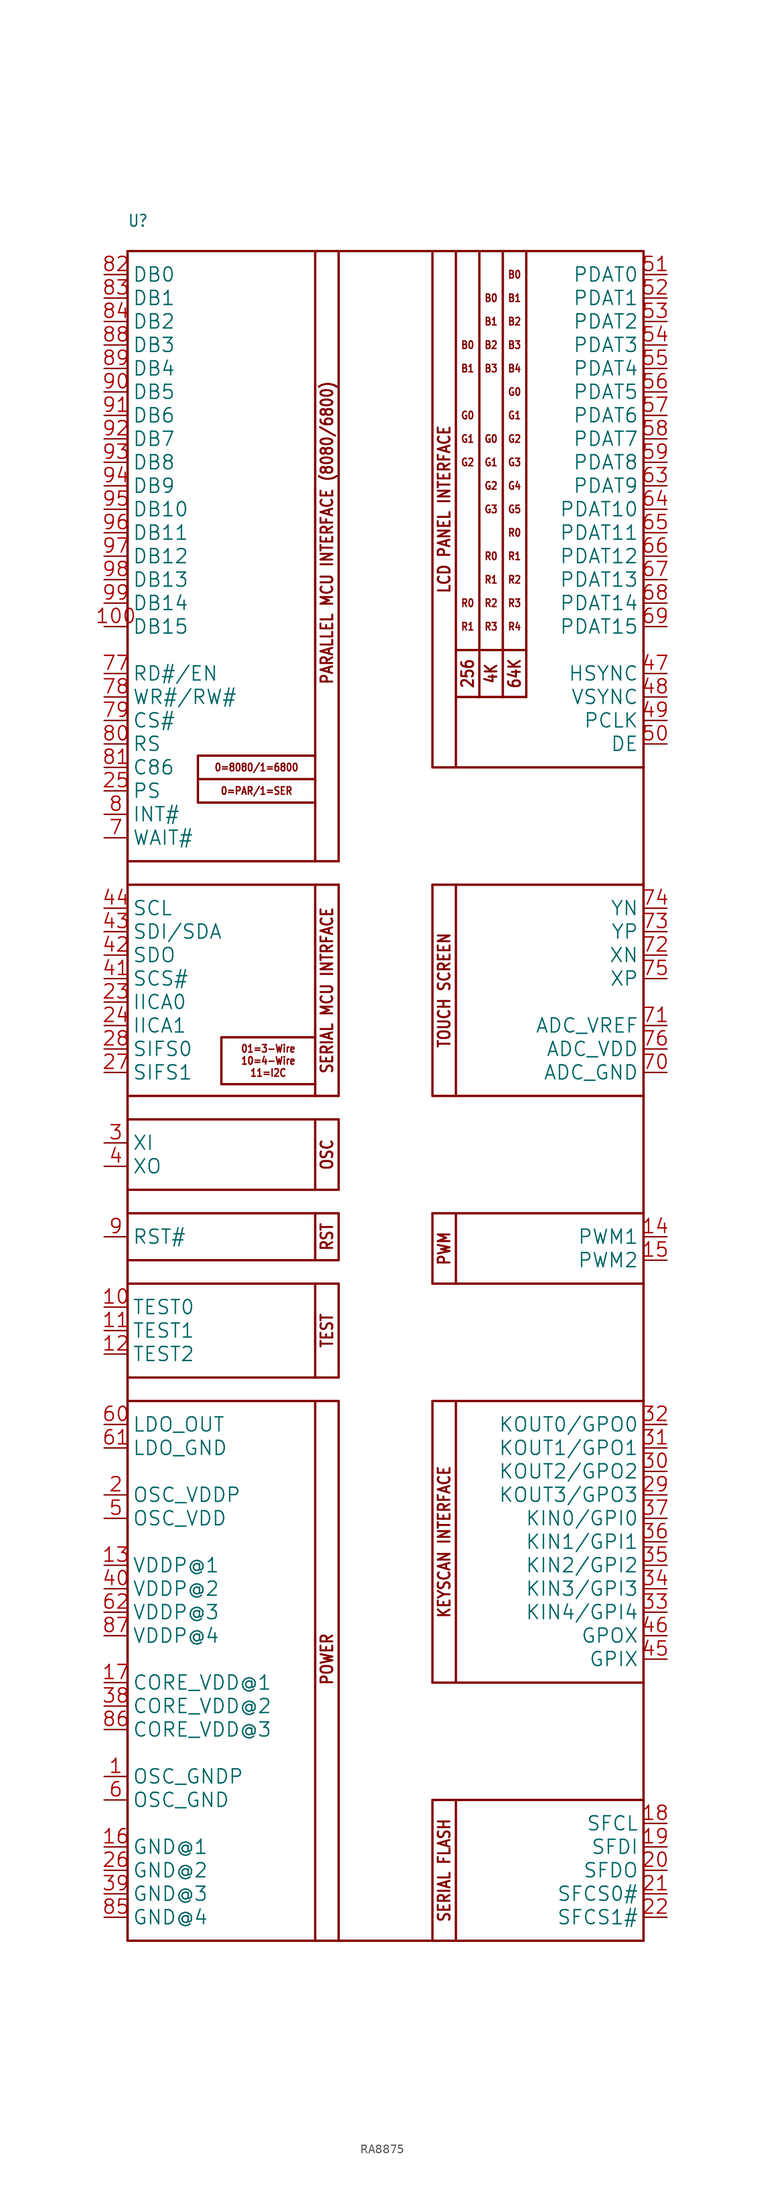
<source format=kicad_sym>
(kicad_symbol_lib
  (version 20241209)
  (generator "kicad_symbol_editor")
  (generator_version "9.0")
  (symbol "RA8875"
    (property "Reference" "U"
      (at -27.94 91.44 0)
      (effects (font (size 1.27 1.079)) (justify left bottom)))
    (property "Value" ""
      (at -27.94 -96.52 0)
      (effects (font (size 1.27 1.079)) (justify left bottom)))
    (property "ki_locked" ""
      (at 0 0 0)
      (effects (font (size 1.27 1.27))))
    (symbol "RA8875_1_0"
      (polyline (pts (xy -27.94 88.9) (xy -7.62 88.9)) (stroke (width 0.254) (type solid)) (fill (type none)))
      (polyline (pts (xy -27.94 22.86) (xy -27.94 88.9)) (stroke (width 0.254) (type solid)) (fill (type none)))
      (polyline (pts (xy -27.94 20.32) (xy -27.94 22.86)) (stroke (width 0.254) (type solid)) (fill (type none)))
      (polyline (pts (xy -27.94 20.32) (xy -7.62 20.32)) (stroke (width 0.254) (type solid)) (fill (type none)))
      (polyline (pts (xy -27.94 -2.54) (xy -27.94 20.32)) (stroke (width 0.254) (type solid)) (fill (type none)))
      (polyline (pts (xy -27.94 -5.08) (xy -27.94 -2.54)) (stroke (width 0.254) (type solid)) (fill (type none)))
      (polyline (pts (xy -27.94 -5.08) (xy -7.62 -5.08)) (stroke (width 0.254) (type solid)) (fill (type none)))
      (polyline (pts (xy -27.94 -12.7) (xy -27.94 -5.08)) (stroke (width 0.254) (type solid)) (fill (type none)))
      (polyline (pts (xy -27.94 -15.24) (xy -27.94 -12.7)) (stroke (width 0.254) (type solid)) (fill (type none)))
      (polyline (pts (xy -27.94 -15.24) (xy -7.62 -15.24)) (stroke (width 0.254) (type solid)) (fill (type none)))
      (polyline (pts (xy -27.94 -20.32) (xy -27.94 -15.24)) (stroke (width 0.254) (type solid)) (fill (type none)))
      (polyline (pts (xy -27.94 -22.86) (xy -27.94 -20.32)) (stroke (width 0.254) (type solid)) (fill (type none)))
      (polyline (pts (xy -27.94 -22.86) (xy -7.62 -22.86)) (stroke (width 0.254) (type solid)) (fill (type none)))
      (polyline (pts (xy -27.94 -33.02) (xy -27.94 -22.86)) (stroke (width 0.254) (type solid)) (fill (type none)))
      (polyline (pts (xy -27.94 -35.56) (xy -27.94 -33.02)) (stroke (width 0.254) (type solid)) (fill (type none)))
      (polyline (pts (xy -27.94 -35.56) (xy -7.62 -35.56)) (stroke (width 0.254) (type solid)) (fill (type none)))
      (polyline (pts (xy -27.94 -93.98) (xy -27.94 -35.56)) (stroke (width 0.254) (type solid)) (fill (type none)))
      (polyline (pts (xy -20.32 34.29) (xy -20.32 31.75)) (stroke (width 0.254) (type solid)) (fill (type none)))
      (polyline (pts (xy -20.32 31.75) (xy -7.62 31.75)) (stroke (width 0.254) (type solid)) (fill (type none)))
      (polyline (pts (xy -20.32 29.21) (xy -20.32 31.75)) (stroke (width 0.254) (type solid)) (fill (type none)))
      (polyline (pts (xy -17.78 3.81) (xy -17.78 -1.27)) (stroke (width 0.254) (type solid)) (fill (type none)))
      (polyline (pts (xy -17.78 -1.27) (xy -7.62 -1.27)) (stroke (width 0.254) (type solid)) (fill (type none)))
      (polyline (pts (xy -7.62 88.9) (xy -7.62 34.29)) (stroke (width 0.254) (type solid)) (fill (type none)))
      (polyline (pts (xy -7.62 88.9) (xy -5.08 88.9)) (stroke (width 0.254) (type solid)) (fill (type none)))
      (polyline (pts (xy -7.62 34.29) (xy -20.32 34.29)) (stroke (width 0.254) (type solid)) (fill (type none)))
      (polyline (pts (xy -7.62 34.29) (xy -7.62 31.75)) (stroke (width 0.254) (type solid)) (fill (type none)))
      (polyline (pts (xy -7.62 31.75) (xy -7.62 29.21)) (stroke (width 0.254) (type solid)) (fill (type none)))
      (polyline (pts (xy -7.62 29.21) (xy -20.32 29.21)) (stroke (width 0.254) (type solid)) (fill (type none)))
      (polyline (pts (xy -7.62 29.21) (xy -7.62 22.86)) (stroke (width 0.254) (type solid)) (fill (type none)))
      (polyline (pts (xy -7.62 22.86) (xy -27.94 22.86)) (stroke (width 0.254) (type solid)) (fill (type none)))
      (polyline (pts (xy -7.62 20.32) (xy -7.62 3.81)) (stroke (width 0.254) (type solid)) (fill (type none)))
      (polyline (pts (xy -7.62 20.32) (xy -5.08 20.32)) (stroke (width 0.254) (type solid)) (fill (type none)))
      (polyline (pts (xy -7.62 3.81) (xy -17.78 3.81)) (stroke (width 0.254) (type solid)) (fill (type none)))
      (polyline (pts (xy -7.62 3.81) (xy -7.62 -1.27)) (stroke (width 0.254) (type solid)) (fill (type none)))
      (polyline (pts (xy -7.62 -1.27) (xy -7.62 -2.54)) (stroke (width 0.254) (type solid)) (fill (type none)))
      (polyline (pts (xy -7.62 -2.54) (xy -27.94 -2.54)) (stroke (width 0.254) (type solid)) (fill (type none)))
      (polyline (pts (xy -7.62 -5.08) (xy -7.62 -12.7)) (stroke (width 0.254) (type solid)) (fill (type none)))
      (polyline (pts (xy -7.62 -5.08) (xy -5.08 -5.08)) (stroke (width 0.254) (type solid)) (fill (type none)))
      (polyline (pts (xy -7.62 -12.7) (xy -27.94 -12.7)) (stroke (width 0.254) (type solid)) (fill (type none)))
      (polyline (pts (xy -7.62 -15.24) (xy -7.62 -20.32)) (stroke (width 0.254) (type solid)) (fill (type none)))
      (polyline (pts (xy -7.62 -15.24) (xy -5.08 -15.24)) (stroke (width 0.254) (type solid)) (fill (type none)))
      (polyline (pts (xy -7.62 -20.32) (xy -27.94 -20.32)) (stroke (width 0.254) (type solid)) (fill (type none)))
      (polyline (pts (xy -7.62 -22.86) (xy -7.62 -33.02)) (stroke (width 0.254) (type solid)) (fill (type none)))
      (polyline (pts (xy -7.62 -22.86) (xy -5.08 -22.86)) (stroke (width 0.254) (type solid)) (fill (type none)))
      (polyline (pts (xy -7.62 -33.02) (xy -27.94 -33.02)) (stroke (width 0.254) (type solid)) (fill (type none)))
      (polyline (pts (xy -7.62 -35.56) (xy -7.62 -93.98)) (stroke (width 0.254) (type solid)) (fill (type none)))
      (polyline (pts (xy -7.62 -35.56) (xy -5.08 -35.56)) (stroke (width 0.254) (type solid)) (fill (type none)))
      (polyline (pts (xy -7.62 -93.98) (xy -27.94 -93.98)) (stroke (width 0.254) (type solid)) (fill (type none)))
      (polyline (pts (xy -5.08 88.9) (xy -5.08 22.86)) (stroke (width 0.254) (type solid)) (fill (type none)))
      (polyline (pts (xy -5.08 88.9) (xy 5.08 88.9)) (stroke (width 0.254) (type solid)) (fill (type none)))
      (polyline (pts (xy -5.08 22.86) (xy -7.62 22.86)) (stroke (width 0.254) (type solid)) (fill (type none)))
      (polyline (pts (xy -5.08 20.32) (xy -5.08 -2.54)) (stroke (width 0.254) (type solid)) (fill (type none)))
      (polyline (pts (xy -5.08 -2.54) (xy -7.62 -2.54)) (stroke (width 0.254) (type solid)) (fill (type none)))
      (polyline (pts (xy -5.08 -5.08) (xy -5.08 -12.7)) (stroke (width 0.254) (type solid)) (fill (type none)))
      (polyline (pts (xy -5.08 -12.7) (xy -7.62 -12.7)) (stroke (width 0.254) (type solid)) (fill (type none)))
      (polyline (pts (xy -5.08 -15.24) (xy -5.08 -20.32)) (stroke (width 0.254) (type solid)) (fill (type none)))
      (polyline (pts (xy -5.08 -20.32) (xy -7.62 -20.32)) (stroke (width 0.254) (type solid)) (fill (type none)))
      (polyline (pts (xy -5.08 -22.86) (xy -5.08 -30.48)) (stroke (width 0.254) (type solid)) (fill (type none)))
      (polyline (pts (xy -5.08 -30.48) (xy -5.08 -33.02)) (stroke (width 0.254) (type solid)) (fill (type none)))
      (polyline (pts (xy -5.08 -33.02) (xy -7.62 -33.02)) (stroke (width 0.254) (type solid)) (fill (type none)))
      (polyline (pts (xy -5.08 -35.56) (xy -5.08 -93.98)) (stroke (width 0.254) (type solid)) (fill (type none)))
      (polyline (pts (xy -5.08 -93.98) (xy -7.62 -93.98)) (stroke (width 0.254) (type solid)) (fill (type none)))
      (polyline (pts (xy -5.08 -93.98) (xy 5.08 -93.98)) (stroke (width 0.254) (type solid)) (fill (type none)))
      (polyline (pts (xy 5.08 88.9) (xy 5.08 33.02)) (stroke (width 0.254) (type solid)) (fill (type none)))
      (polyline (pts (xy 5.08 33.02) (xy 7.62 33.02)) (stroke (width 0.254) (type solid)) (fill (type none)))
      (polyline (pts (xy 5.08 20.32) (xy 5.08 -2.54)) (stroke (width 0.254) (type solid)) (fill (type none)))
      (polyline (pts (xy 5.08 -2.54) (xy 7.62 -2.54)) (stroke (width 0.254) (type solid)) (fill (type none)))
      (polyline (pts (xy 5.08 -15.24) (xy 7.62 -15.24)) (stroke (width 0.254) (type solid)) (fill (type none)))
      (polyline (pts (xy 5.08 -22.86) (xy 5.08 -15.24)) (stroke (width 0.254) (type solid)) (fill (type none)))
      (polyline (pts (xy 5.08 -35.56) (xy 7.62 -35.56)) (stroke (width 0.254) (type solid)) (fill (type none)))
      (polyline (pts (xy 5.08 -66.04) (xy 5.08 -35.56)) (stroke (width 0.254) (type solid)) (fill (type none)))
      (polyline (pts (xy 5.08 -78.74) (xy 7.62 -78.74)) (stroke (width 0.254) (type solid)) (fill (type none)))
      (polyline (pts (xy 5.08 -93.98) (xy 5.08 -78.74)) (stroke (width 0.254) (type solid)) (fill (type none)))
      (polyline (pts (xy 7.62 88.9) (xy 5.08 88.9)) (stroke (width 0.254) (type solid)) (fill (type none)))
      (polyline (pts (xy 7.62 88.9) (xy 7.62 45.72)) (stroke (width 0.254) (type solid)) (fill (type none)))
      (polyline (pts (xy 7.62 45.72) (xy 10.16 45.72)) (stroke (width 0.254) (type solid)) (fill (type none)))
      (polyline (pts (xy 7.62 40.64) (xy 7.62 45.72)) (stroke (width 0.254) (type solid)) (fill (type none)))
      (polyline (pts (xy 7.62 40.64) (xy 10.16 40.64)) (stroke (width 0.254) (type solid)) (fill (type none)))
      (polyline (pts (xy 7.62 33.02) (xy 7.62 40.64)) (stroke (width 0.254) (type solid)) (fill (type none)))
      (polyline (pts (xy 7.62 20.32) (xy 5.08 20.32)) (stroke (width 0.254) (type solid)) (fill (type none)))
      (polyline (pts (xy 7.62 20.32) (xy 7.62 -2.54)) (stroke (width 0.254) (type solid)) (fill (type none)))
      (polyline (pts (xy 7.62 -2.54) (xy 27.94 -2.54)) (stroke (width 0.254) (type solid)) (fill (type none)))
      (polyline (pts (xy 7.62 -15.24) (xy 7.62 -22.86)) (stroke (width 0.254) (type solid)) (fill (type none)))
      (polyline (pts (xy 7.62 -15.24) (xy 27.94 -15.24)) (stroke (width 0.254) (type solid)) (fill (type none)))
      (polyline (pts (xy 7.62 -22.86) (xy 5.08 -22.86)) (stroke (width 0.254) (type solid)) (fill (type none)))
      (polyline (pts (xy 7.62 -35.56) (xy 7.62 -66.04)) (stroke (width 0.254) (type solid)) (fill (type none)))
      (polyline (pts (xy 7.62 -35.56) (xy 27.94 -35.56)) (stroke (width 0.254) (type solid)) (fill (type none)))
      (polyline (pts (xy 7.62 -66.04) (xy 5.08 -66.04)) (stroke (width 0.254) (type solid)) (fill (type none)))
      (polyline (pts (xy 7.62 -78.74) (xy 27.94 -78.74)) (stroke (width 0.254) (type solid)) (fill (type none)))
      (polyline (pts (xy 7.62 -93.98) (xy 5.08 -93.98)) (stroke (width 0.254) (type solid)) (fill (type none)))
      (polyline (pts (xy 7.62 -93.98) (xy 7.62 -78.74)) (stroke (width 0.254) (type solid)) (fill (type none)))
      (polyline (pts (xy 10.16 88.9) (xy 7.62 88.9)) (stroke (width 0.254) (type solid)) (fill (type none)))
      (polyline (pts (xy 10.16 88.9) (xy 12.7 88.9)) (stroke (width 0.254) (type solid)) (fill (type none)))
      (polyline (pts (xy 10.16 45.72) (xy 10.16 88.9)) (stroke (width 0.254) (type solid)) (fill (type none)))
      (polyline (pts (xy 10.16 45.72) (xy 10.16 40.64)) (stroke (width 0.254) (type solid)) (fill (type none)))
      (polyline (pts (xy 10.16 40.64) (xy 12.7 40.64)) (stroke (width 0.254) (type solid)) (fill (type none)))
      (polyline (pts (xy 12.7 88.9) (xy 12.7 45.72)) (stroke (width 0.254) (type solid)) (fill (type none)))
      (polyline (pts (xy 12.7 45.72) (xy 10.16 45.72)) (stroke (width 0.254) (type solid)) (fill (type none)))
      (polyline (pts (xy 12.7 45.72) (xy 12.7 40.64)) (stroke (width 0.254) (type solid)) (fill (type none)))
      (polyline (pts (xy 12.7 45.72) (xy 15.24 45.72)) (stroke (width 0.254) (type solid)) (fill (type none)))
      (polyline (pts (xy 12.7 40.64) (xy 15.24 40.64)) (stroke (width 0.254) (type solid)) (fill (type none)))
      (polyline (pts (xy 15.24 88.9) (xy 12.7 88.9)) (stroke (width 0.254) (type solid)) (fill (type none)))
      (polyline (pts (xy 15.24 88.9) (xy 27.94 88.9)) (stroke (width 0.254) (type solid)) (fill (type none)))
      (polyline (pts (xy 15.24 45.72) (xy 15.24 88.9)) (stroke (width 0.254) (type solid)) (fill (type none)))
      (polyline (pts (xy 15.24 40.64) (xy 15.24 45.72)) (stroke (width 0.254) (type solid)) (fill (type none)))
      (polyline (pts (xy 27.94 88.9) (xy 27.94 45.72)) (stroke (width 0.254) (type solid)) (fill (type none)))
      (polyline (pts (xy 27.94 45.72) (xy 27.94 33.02)) (stroke (width 0.254) (type solid)) (fill (type none)))
      (polyline (pts (xy 27.94 33.02) (xy 7.62 33.02)) (stroke (width 0.254) (type solid)) (fill (type none)))
      (polyline (pts (xy 27.94 33.02) (xy 27.94 20.32)) (stroke (width 0.254) (type solid)) (fill (type none)))
      (polyline (pts (xy 27.94 20.32) (xy 7.62 20.32)) (stroke (width 0.254) (type solid)) (fill (type none)))
      (polyline (pts (xy 27.94 -2.54) (xy 27.94 20.32)) (stroke (width 0.254) (type solid)) (fill (type none)))
      (polyline (pts (xy 27.94 -2.54) (xy 27.94 -15.24)) (stroke (width 0.254) (type solid)) (fill (type none)))
      (polyline (pts (xy 27.94 -15.24) (xy 27.94 -22.86)) (stroke (width 0.254) (type solid)) (fill (type none)))
      (polyline (pts (xy 27.94 -22.86) (xy 7.62 -22.86)) (stroke (width 0.254) (type solid)) (fill (type none)))
      (polyline (pts (xy 27.94 -22.86) (xy 27.94 -35.56)) (stroke (width 0.254) (type solid)) (fill (type none)))
      (polyline (pts (xy 27.94 -35.56) (xy 27.94 -66.04)) (stroke (width 0.254) (type solid)) (fill (type none)))
      (polyline (pts (xy 27.94 -66.04) (xy 7.62 -66.04)) (stroke (width 0.254) (type solid)) (fill (type none)))
      (polyline (pts (xy 27.94 -66.04) (xy 27.94 -78.74)) (stroke (width 0.254) (type solid)) (fill (type none)))
      (polyline (pts (xy 27.94 -78.74) (xy 27.94 -93.98)) (stroke (width 0.254) (type solid)) (fill (type none)))
      (polyline (pts (xy 27.94 -93.98) (xy 7.62 -93.98)) (stroke (width 0.254) (type solid)) (fill (type none)))
      (text "0=8080/1=6800" (at -13.97 33.02 0) (effects (font (size 0.813 0.691))))
      (text "0=PAR/1=SER" (at -13.97 30.48 0) (effects (font (size 0.813 0.691))))
      (text "01=3-Wire\n10=4-Wire\n11=I2C" (at -12.7 1.27 0) (effects (font (size 0.813 0.691))))
      (text "PARALLEL MCU INTERFACE (8080/6800)" (at -6.35 58.42 900) (effects (font (size 1.27 1.079) (thickness 0.216) (bold yes))))
      (text "SERIAL MCU INTRFACE" (at -6.35 8.89 900) (effects (font (size 1.27 1.079) (thickness 0.216) (bold yes))))
      (text "OSC" (at -6.35 -8.89 900) (effects (font (size 1.27 1.079) (thickness 0.216) (bold yes))))
      (text "RST" (at -6.35 -17.78 900) (effects (font (size 1.27 1.079) (thickness 0.216) (bold yes))))
      (text "TEST" (at -6.35 -27.94 900) (effects (font (size 1.27 1.079) (thickness 0.216) (bold yes))))
      (text "POWER" (at -6.35 -63.5 900) (effects (font (size 1.27 1.079) (thickness 0.216) (bold yes))))
      (text "LCD PANEL INTERFACE" (at 6.35 60.96 900) (effects (font (size 1.27 1.079) (thickness 0.216) (bold yes))))
      (text "TOUCH SCREEN" (at 6.35 8.89 900) (effects (font (size 1.27 1.079) (thickness 0.216) (bold yes))))
      (text "PWM" (at 6.35 -19.05 900) (effects (font (size 1.27 1.079) (thickness 0.216) (bold yes))))
      (text "KEYSCAN INTERFACE" (at 6.35 -50.8 900) (effects (font (size 1.27 1.079) (thickness 0.216) (bold yes))))
      (text "SERIAL FLASH" (at 6.35 -86.36 900) (effects (font (size 1.27 1.079) (thickness 0.216) (bold yes))))
      (text "B0" (at 8.89 78.74 0) (effects (font (size 0.813 0.691))))
      (text "B1" (at 8.89 76.2 0) (effects (font (size 0.813 0.691))))
      (text "G0" (at 8.89 71.12 0) (effects (font (size 0.813 0.691))))
      (text "G1" (at 8.89 68.58 0) (effects (font (size 0.813 0.691))))
      (text "G2" (at 8.89 66.04 0) (effects (font (size 0.813 0.691))))
      (text "R0" (at 8.89 50.8 0) (effects (font (size 0.813 0.691))))
      (text "R1" (at 8.89 48.26 0) (effects (font (size 0.813 0.691))))
      (text "256" (at 8.89 43.18 900) (effects (font (size 1.27 1.079) (thickness 0.216) (bold yes))))
      (text "B0" (at 11.43 83.82 0) (effects (font (size 0.813 0.691))))
      (text "B1" (at 11.43 81.28 0) (effects (font (size 0.813 0.691))))
      (text "B2" (at 11.43 78.74 0) (effects (font (size 0.813 0.691))))
      (text "B3" (at 11.43 76.2 0) (effects (font (size 0.813 0.691))))
      (text "G0" (at 11.43 68.58 0) (effects (font (size 0.813 0.691))))
      (text "G1" (at 11.43 66.04 0) (effects (font (size 0.813 0.691))))
      (text "G2" (at 11.43 63.5 0) (effects (font (size 0.813 0.691))))
      (text "G3" (at 11.43 60.96 0) (effects (font (size 0.813 0.691))))
      (text "R0" (at 11.43 55.88 0) (effects (font (size 0.813 0.691))))
      (text "R1" (at 11.43 53.34 0) (effects (font (size 0.813 0.691))))
      (text "R2" (at 11.43 50.8 0) (effects (font (size 0.813 0.691))))
      (text "R3" (at 11.43 48.26 0) (effects (font (size 0.813 0.691))))
      (text "4K" (at 11.43 43.18 900) (effects (font (size 1.27 1.079) (thickness 0.216) (bold yes))))
      (text "B0" (at 13.97 86.36 0) (effects (font (size 0.813 0.691))))
      (text "B1" (at 13.97 83.82 0) (effects (font (size 0.813 0.691))))
      (text "B2" (at 13.97 81.28 0) (effects (font (size 0.813 0.691))))
      (text "B3" (at 13.97 78.74 0) (effects (font (size 0.813 0.691))))
      (text "B4" (at 13.97 76.2 0) (effects (font (size 0.813 0.691))))
      (text "G0" (at 13.97 73.66 0) (effects (font (size 0.813 0.691))))
      (text "G1" (at 13.97 71.12 0) (effects (font (size 0.813 0.691))))
      (text "G2" (at 13.97 68.58 0) (effects (font (size 0.813 0.691))))
      (text "G3" (at 13.97 66.04 0) (effects (font (size 0.813 0.691))))
      (text "G4" (at 13.97 63.5 0) (effects (font (size 0.813 0.691))))
      (text "G5" (at 13.97 60.96 0) (effects (font (size 0.813 0.691))))
      (text "R0" (at 13.97 58.42 0) (effects (font (size 0.813 0.691))))
      (text "R1" (at 13.97 55.88 0) (effects (font (size 0.813 0.691))))
      (text "R2" (at 13.97 53.34 0) (effects (font (size 0.813 0.691))))
      (text "R3" (at 13.97 50.8 0) (effects (font (size 0.813 0.691))))
      (text "R4" (at 13.97 48.26 0) (effects (font (size 0.813 0.691))))
      (text "64K" (at 13.97 43.18 900) (effects (font (size 1.27 1.079) (thickness 0.216) (bold yes))))
      (pin bidirectional line (at -30.48 86.36 0) (length 2.54) (name "DB0" (effects (font (size 1.524 1.524)))) (number "82" (effects (font (size 1.524 1.524)))))
      (pin bidirectional line (at -30.48 83.82 0) (length 2.54) (name "DB1" (effects (font (size 1.524 1.524)))) (number "83" (effects (font (size 1.524 1.524)))))
      (pin bidirectional line (at -30.48 81.28 0) (length 2.54) (name "DB2" (effects (font (size 1.524 1.524)))) (number "84" (effects (font (size 1.524 1.524)))))
      (pin bidirectional line (at -30.48 78.74 0) (length 2.54) (name "DB3" (effects (font (size 1.524 1.524)))) (number "88" (effects (font (size 1.524 1.524)))))
      (pin bidirectional line (at -30.48 76.2 0) (length 2.54) (name "DB4" (effects (font (size 1.524 1.524)))) (number "89" (effects (font (size 1.524 1.524)))))
      (pin bidirectional line (at -30.48 73.66 0) (length 2.54) (name "DB5" (effects (font (size 1.524 1.524)))) (number "90" (effects (font (size 1.524 1.524)))))
      (pin bidirectional line (at -30.48 71.12 0) (length 2.54) (name "DB6" (effects (font (size 1.524 1.524)))) (number "91" (effects (font (size 1.524 1.524)))))
      (pin bidirectional line (at -30.48 68.58 0) (length 2.54) (name "DB7" (effects (font (size 1.524 1.524)))) (number "92" (effects (font (size 1.524 1.524)))))
      (pin bidirectional line (at -30.48 66.04 0) (length 2.54) (name "DB8" (effects (font (size 1.524 1.524)))) (number "93" (effects (font (size 1.524 1.524)))))
      (pin bidirectional line (at -30.48 63.5 0) (length 2.54) (name "DB9" (effects (font (size 1.524 1.524)))) (number "94" (effects (font (size 1.524 1.524)))))
      (pin bidirectional line (at -30.48 60.96 0) (length 2.54) (name "DB10" (effects (font (size 1.524 1.524)))) (number "95" (effects (font (size 1.524 1.524)))))
      (pin bidirectional line (at -30.48 58.42 0) (length 2.54) (name "DB11" (effects (font (size 1.524 1.524)))) (number "96" (effects (font (size 1.524 1.524)))))
      (pin bidirectional line (at -30.48 55.88 0) (length 2.54) (name "DB12" (effects (font (size 1.524 1.524)))) (number "97" (effects (font (size 1.524 1.524)))))
      (pin bidirectional line (at -30.48 53.34 0) (length 2.54) (name "DB13" (effects (font (size 1.524 1.524)))) (number "98" (effects (font (size 1.524 1.524)))))
      (pin bidirectional line (at -30.48 50.8 0) (length 2.54) (name "DB14" (effects (font (size 1.524 1.524)))) (number "99" (effects (font (size 1.524 1.524)))))
      (pin bidirectional line (at -30.48 48.26 0) (length 2.54) (name "DB15" (effects (font (size 1.524 1.524)))) (number "100" (effects (font (size 1.524 1.524)))))
      (pin input line (at -30.48 43.18 0) (length 2.54) (name "RD#/EN" (effects (font (size 1.524 1.524)))) (number "77" (effects (font (size 1.524 1.524)))))
      (pin input line (at -30.48 40.64 0) (length 2.54) (name "WR#/RW#" (effects (font (size 1.524 1.524)))) (number "78" (effects (font (size 1.524 1.524)))))
      (pin input line (at -30.48 38.1 0) (length 2.54) (name "CS#" (effects (font (size 1.524 1.524)))) (number "79" (effects (font (size 1.524 1.524)))))
      (pin input line (at -30.48 35.56 0) (length 2.54) (name "RS" (effects (font (size 1.524 1.524)))) (number "80" (effects (font (size 1.524 1.524)))))
      (pin input line (at -30.48 33.02 0) (length 2.54) (name "C86" (effects (font (size 1.524 1.524)))) (number "81" (effects (font (size 1.524 1.524)))))
      (pin input line (at -30.48 30.48 0) (length 2.54) (name "PS" (effects (font (size 1.524 1.524)))) (number "25" (effects (font (size 1.524 1.524)))))
      (pin output line (at -30.48 27.94 0) (length 2.54) (name "INT#" (effects (font (size 1.524 1.524)))) (number "8" (effects (font (size 1.524 1.524)))))
      (pin output line (at -30.48 25.4 0) (length 2.54) (name "WAIT#" (effects (font (size 1.524 1.524)))) (number "7" (effects (font (size 1.524 1.524)))))
      (pin output line (at -30.48 17.78 0) (length 2.54) (name "SCL" (effects (font (size 1.524 1.524)))) (number "44" (effects (font (size 1.524 1.524)))))
      (pin bidirectional line (at -30.48 15.24 0) (length 2.54) (name "SDI/SDA" (effects (font (size 1.524 1.524)))) (number "43" (effects (font (size 1.524 1.524)))))
      (pin output line (at -30.48 12.7 0) (length 2.54) (name "SDO" (effects (font (size 1.524 1.524)))) (number "42" (effects (font (size 1.524 1.524)))))
      (pin output line (at -30.48 10.16 0) (length 2.54) (name "SCS#" (effects (font (size 1.524 1.524)))) (number "41" (effects (font (size 1.524 1.524)))))
      (pin input line (at -30.48 7.62 0) (length 2.54) (name "IICA0" (effects (font (size 1.524 1.524)))) (number "23" (effects (font (size 1.524 1.524)))))
      (pin input line (at -30.48 5.08 0) (length 2.54) (name "IICA1" (effects (font (size 1.524 1.524)))) (number "24" (effects (font (size 1.524 1.524)))))
      (pin input line (at -30.48 2.54 0) (length 2.54) (name "SIFS0" (effects (font (size 1.524 1.524)))) (number "28" (effects (font (size 1.524 1.524)))))
      (pin input line (at -30.48 0 0) (length 2.54) (name "SIFS1" (effects (font (size 1.524 1.524)))) (number "27" (effects (font (size 1.524 1.524)))))
      (pin input line (at -30.48 -7.62 0) (length 2.54) (name "XI" (effects (font (size 1.524 1.524)))) (number "3" (effects (font (size 1.524 1.524)))))
      (pin output line (at -30.48 -10.16 0) (length 2.54) (name "XO" (effects (font (size 1.524 1.524)))) (number "4" (effects (font (size 1.524 1.524)))))
      (pin input line (at -30.48 -17.78 0) (length 2.54) (name "RST#" (effects (font (size 1.524 1.524)))) (number "9" (effects (font (size 1.524 1.524)))))
      (pin input line (at -30.48 -25.4 0) (length 2.54) (name "TEST0" (effects (font (size 1.524 1.524)))) (number "10" (effects (font (size 1.524 1.524)))))
      (pin input line (at -30.48 -27.94 0) (length 2.54) (name "TEST1" (effects (font (size 1.524 1.524)))) (number "11" (effects (font (size 1.524 1.524)))))
      (pin input line (at -30.48 -30.48 0) (length 2.54) (name "TEST2" (effects (font (size 1.524 1.524)))) (number "12" (effects (font (size 1.524 1.524)))))
      (pin power_in line (at -30.48 -38.1 0) (length 2.54) (name "LDO_OUT" (effects (font (size 1.524 1.524)))) (number "60" (effects (font (size 1.524 1.524)))))
      (pin power_in line (at -30.48 -40.64 0) (length 2.54) (name "LDO_GND" (effects (font (size 1.524 1.524)))) (number "61" (effects (font (size 1.524 1.524)))))
      (pin power_in line (at -30.48 -45.72 0) (length 2.54) (name "OSC_VDDP" (effects (font (size 1.524 1.524)))) (number "2" (effects (font (size 1.524 1.524)))))
      (pin power_in line (at -30.48 -48.26 0) (length 2.54) (name "OSC_VDD" (effects (font (size 1.524 1.524)))) (number "5" (effects (font (size 1.524 1.524)))))
      (pin power_in line (at -30.48 -53.34 0) (length 2.54) (name "VDDP@1" (effects (font (size 1.524 1.524)))) (number "13" (effects (font (size 1.524 1.524)))))
      (pin power_in line (at -30.48 -55.88 0) (length 2.54) (name "VDDP@2" (effects (font (size 1.524 1.524)))) (number "40" (effects (font (size 1.524 1.524)))))
      (pin power_in line (at -30.48 -58.42 0) (length 2.54) (name "VDDP@3" (effects (font (size 1.524 1.524)))) (number "62" (effects (font (size 1.524 1.524)))))
      (pin power_in line (at -30.48 -60.96 0) (length 2.54) (name "VDDP@4" (effects (font (size 1.524 1.524)))) (number "87" (effects (font (size 1.524 1.524)))))
      (pin power_in line (at -30.48 -66.04 0) (length 2.54) (name "CORE_VDD@1" (effects (font (size 1.524 1.524)))) (number "17" (effects (font (size 1.524 1.524)))))
      (pin power_in line (at -30.48 -68.58 0) (length 2.54) (name "CORE_VDD@2" (effects (font (size 1.524 1.524)))) (number "38" (effects (font (size 1.524 1.524)))))
      (pin power_in line (at -30.48 -71.12 0) (length 2.54) (name "CORE_VDD@3" (effects (font (size 1.524 1.524)))) (number "86" (effects (font (size 1.524 1.524)))))
      (pin power_in line (at -30.48 -76.2 0) (length 2.54) (name "OSC_GNDP" (effects (font (size 1.524 1.524)))) (number "1" (effects (font (size 1.524 1.524)))))
      (pin power_in line (at -30.48 -78.74 0) (length 2.54) (name "OSC_GND" (effects (font (size 1.524 1.524)))) (number "6" (effects (font (size 1.524 1.524)))))
      (pin power_in line (at -30.48 -83.82 0) (length 2.54) (name "GND@1" (effects (font (size 1.524 1.524)))) (number "16" (effects (font (size 1.524 1.524)))))
      (pin power_in line (at -30.48 -86.36 0) (length 2.54) (name "GND@2" (effects (font (size 1.524 1.524)))) (number "26" (effects (font (size 1.524 1.524)))))
      (pin power_in line (at -30.48 -88.9 0) (length 2.54) (name "GND@3" (effects (font (size 1.524 1.524)))) (number "39" (effects (font (size 1.524 1.524)))))
      (pin power_in line (at -30.48 -91.44 0) (length 2.54) (name "GND@4" (effects (font (size 1.524 1.524)))) (number "85" (effects (font (size 1.524 1.524)))))
      (pin output line (at 30.48 86.36 180) (length 2.54) (name "PDAT0" (effects (font (size 1.524 1.524)))) (number "51" (effects (font (size 1.524 1.524)))))
      (pin output line (at 30.48 83.82 180) (length 2.54) (name "PDAT1" (effects (font (size 1.524 1.524)))) (number "52" (effects (font (size 1.524 1.524)))))
      (pin output line (at 30.48 81.28 180) (length 2.54) (name "PDAT2" (effects (font (size 1.524 1.524)))) (number "53" (effects (font (size 1.524 1.524)))))
      (pin output line (at 30.48 78.74 180) (length 2.54) (name "PDAT3" (effects (font (size 1.524 1.524)))) (number "54" (effects (font (size 1.524 1.524)))))
      (pin output line (at 30.48 76.2 180) (length 2.54) (name "PDAT4" (effects (font (size 1.524 1.524)))) (number "55" (effects (font (size 1.524 1.524)))))
      (pin output line (at 30.48 73.66 180) (length 2.54) (name "PDAT5" (effects (font (size 1.524 1.524)))) (number "56" (effects (font (size 1.524 1.524)))))
      (pin output line (at 30.48 71.12 180) (length 2.54) (name "PDAT6" (effects (font (size 1.524 1.524)))) (number "57" (effects (font (size 1.524 1.524)))))
      (pin output line (at 30.48 68.58 180) (length 2.54) (name "PDAT7" (effects (font (size 1.524 1.524)))) (number "58" (effects (font (size 1.524 1.524)))))
      (pin output line (at 30.48 66.04 180) (length 2.54) (name "PDAT8" (effects (font (size 1.524 1.524)))) (number "59" (effects (font (size 1.524 1.524)))))
      (pin output line (at 30.48 63.5 180) (length 2.54) (name "PDAT9" (effects (font (size 1.524 1.524)))) (number "63" (effects (font (size 1.524 1.524)))))
      (pin output line (at 30.48 60.96 180) (length 2.54) (name "PDAT10" (effects (font (size 1.524 1.524)))) (number "64" (effects (font (size 1.524 1.524)))))
      (pin output line (at 30.48 58.42 180) (length 2.54) (name "PDAT11" (effects (font (size 1.524 1.524)))) (number "65" (effects (font (size 1.524 1.524)))))
      (pin output line (at 30.48 55.88 180) (length 2.54) (name "PDAT12" (effects (font (size 1.524 1.524)))) (number "66" (effects (font (size 1.524 1.524)))))
      (pin output line (at 30.48 53.34 180) (length 2.54) (name "PDAT13" (effects (font (size 1.524 1.524)))) (number "67" (effects (font (size 1.524 1.524)))))
      (pin output line (at 30.48 50.8 180) (length 2.54) (name "PDAT14" (effects (font (size 1.524 1.524)))) (number "68" (effects (font (size 1.524 1.524)))))
      (pin output line (at 30.48 48.26 180) (length 2.54) (name "PDAT15" (effects (font (size 1.524 1.524)))) (number "69" (effects (font (size 1.524 1.524)))))
      (pin output line (at 30.48 43.18 180) (length 2.54) (name "HSYNC" (effects (font (size 1.524 1.524)))) (number "47" (effects (font (size 1.524 1.524)))))
      (pin output line (at 30.48 40.64 180) (length 2.54) (name "VSYNC" (effects (font (size 1.524 1.524)))) (number "48" (effects (font (size 1.524 1.524)))))
      (pin output line (at 30.48 38.1 180) (length 2.54) (name "PCLK" (effects (font (size 1.524 1.524)))) (number "49" (effects (font (size 1.524 1.524)))))
      (pin output line (at 30.48 35.56 180) (length 2.54) (name "DE" (effects (font (size 1.524 1.524)))) (number "50" (effects (font (size 1.524 1.524)))))
      (pin bidirectional line (at 30.48 17.78 180) (length 2.54) (name "YN" (effects (font (size 1.524 1.524)))) (number "74" (effects (font (size 1.524 1.524)))))
      (pin bidirectional line (at 30.48 15.24 180) (length 2.54) (name "YP" (effects (font (size 1.524 1.524)))) (number "73" (effects (font (size 1.524 1.524)))))
      (pin bidirectional line (at 30.48 12.7 180) (length 2.54) (name "XN" (effects (font (size 1.524 1.524)))) (number "72" (effects (font (size 1.524 1.524)))))
      (pin bidirectional line (at 30.48 10.16 180) (length 2.54) (name "XP" (effects (font (size 1.524 1.524)))) (number "75" (effects (font (size 1.524 1.524)))))
      (pin input line (at 30.48 5.08 180) (length 2.54) (name "ADC_VREF" (effects (font (size 1.524 1.524)))) (number "71" (effects (font (size 1.524 1.524)))))
      (pin power_in line (at 30.48 2.54 180) (length 2.54) (name "ADC_VDD" (effects (font (size 1.524 1.524)))) (number "76" (effects (font (size 1.524 1.524)))))
      (pin power_in line (at 30.48 0 180) (length 2.54) (name "ADC_GND" (effects (font (size 1.524 1.524)))) (number "70" (effects (font (size 1.524 1.524)))))
      (pin output line (at 30.48 -17.78 180) (length 2.54) (name "PWM1" (effects (font (size 1.524 1.524)))) (number "14" (effects (font (size 1.524 1.524)))))
      (pin output line (at 30.48 -20.32 180) (length 2.54) (name "PWM2" (effects (font (size 1.524 1.524)))) (number "15" (effects (font (size 1.524 1.524)))))
      (pin output line (at 30.48 -38.1 180) (length 2.54) (name "KOUT0/GPO0" (effects (font (size 1.524 1.524)))) (number "32" (effects (font (size 1.524 1.524)))))
      (pin output line (at 30.48 -40.64 180) (length 2.54) (name "KOUT1/GPO1" (effects (font (size 1.524 1.524)))) (number "31" (effects (font (size 1.524 1.524)))))
      (pin output line (at 30.48 -43.18 180) (length 2.54) (name "KOUT2/GPO2" (effects (font (size 1.524 1.524)))) (number "30" (effects (font (size 1.524 1.524)))))
      (pin output line (at 30.48 -45.72 180) (length 2.54) (name "KOUT3/GPO3" (effects (font (size 1.524 1.524)))) (number "29" (effects (font (size 1.524 1.524)))))
      (pin input line (at 30.48 -48.26 180) (length 2.54) (name "KIN0/GPI0" (effects (font (size 1.524 1.524)))) (number "37" (effects (font (size 1.524 1.524)))))
      (pin input line (at 30.48 -50.8 180) (length 2.54) (name "KIN1/GPI1" (effects (font (size 1.524 1.524)))) (number "36" (effects (font (size 1.524 1.524)))))
      (pin input line (at 30.48 -53.34 180) (length 2.54) (name "KIN2/GPI2" (effects (font (size 1.524 1.524)))) (number "35" (effects (font (size 1.524 1.524)))))
      (pin input line (at 30.48 -55.88 180) (length 2.54) (name "KIN3/GPI3" (effects (font (size 1.524 1.524)))) (number "34" (effects (font (size 1.524 1.524)))))
      (pin input line (at 30.48 -58.42 180) (length 2.54) (name "KIN4/GPI4" (effects (font (size 1.524 1.524)))) (number "33" (effects (font (size 1.524 1.524)))))
      (pin output line (at 30.48 -60.96 180) (length 2.54) (name "GPOX" (effects (font (size 1.524 1.524)))) (number "46" (effects (font (size 1.524 1.524)))))
      (pin input line (at 30.48 -63.5 180) (length 2.54) (name "GPIX" (effects (font (size 1.524 1.524)))) (number "45" (effects (font (size 1.524 1.524)))))
      (pin output line (at 30.48 -81.28 180) (length 2.54) (name "SFCL" (effects (font (size 1.524 1.524)))) (number "18" (effects (font (size 1.524 1.524)))))
      (pin bidirectional line (at 30.48 -83.82 180) (length 2.54) (name "SFDI" (effects (font (size 1.524 1.524)))) (number "19" (effects (font (size 1.524 1.524)))))
      (pin bidirectional line (at 30.48 -86.36 180) (length 2.54) (name "SFDO" (effects (font (size 1.524 1.524)))) (number "20" (effects (font (size 1.524 1.524)))))
      (pin output line (at 30.48 -88.9 180) (length 2.54) (name "SFCS0#" (effects (font (size 1.524 1.524)))) (number "21" (effects (font (size 1.524 1.524)))))
      (pin output line (at 30.48 -91.44 180) (length 2.54) (name "SFCS1#" (effects (font (size 1.524 1.524)))) (number "22" (effects (font (size 1.524 1.524))))))))
</source>
